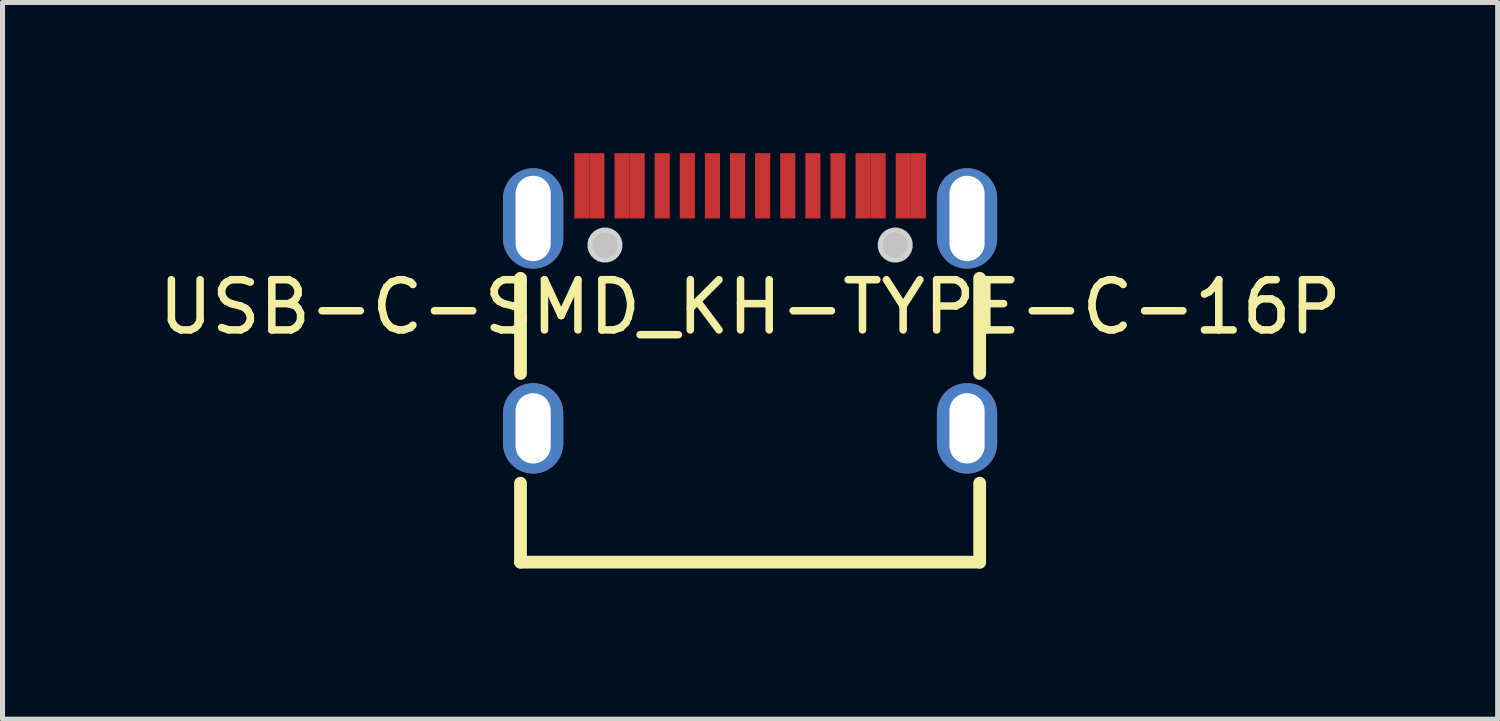
<source format=kicad_pcb>
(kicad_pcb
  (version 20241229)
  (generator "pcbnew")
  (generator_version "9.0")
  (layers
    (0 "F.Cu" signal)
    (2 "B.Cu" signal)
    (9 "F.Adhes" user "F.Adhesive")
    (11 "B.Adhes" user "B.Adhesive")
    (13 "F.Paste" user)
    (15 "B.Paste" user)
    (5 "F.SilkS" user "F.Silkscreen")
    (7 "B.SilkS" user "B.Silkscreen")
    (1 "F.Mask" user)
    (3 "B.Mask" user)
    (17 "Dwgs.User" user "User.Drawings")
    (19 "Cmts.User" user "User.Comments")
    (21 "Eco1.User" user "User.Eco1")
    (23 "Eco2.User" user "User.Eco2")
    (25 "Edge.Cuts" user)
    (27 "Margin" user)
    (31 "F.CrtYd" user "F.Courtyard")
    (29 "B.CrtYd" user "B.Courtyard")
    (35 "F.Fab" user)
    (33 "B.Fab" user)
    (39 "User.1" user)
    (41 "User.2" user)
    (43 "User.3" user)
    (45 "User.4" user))
  (footprint "USB-C-SMD_KH-TYPE-C-16P"
    (layer "F.Cu")
    (at 11.887 3.065)
    (property "Reference" "USB-C-SMD_KH-TYPE-C-16P" (at 0 0 0) (layer "F.SilkS") (effects (font (size 1 1) (thickness 0.15))))
    (fp_line (start -4.572 -0.573) (end -4.572 1.323) (stroke (width 0.254) (type default)) (layer "F.SilkS"))
    (fp_line (start -4.572 3.507) (end -4.572 5.08) (stroke (width 0.254) (type default)) (layer "F.SilkS"))
    (fp_line (start -4.572 5.08) (end 4.572 5.08) (stroke (width 0.254) (type default)) (layer "F.SilkS"))
    (fp_line (start 4.572 1.323) (end 4.572 -0.573) (stroke (width 0.254) (type default)) (layer "F.SilkS"))
    (fp_line (start 4.572 5.08) (end 4.572 3.507) (stroke (width 0.254) (type default)) (layer "F.SilkS"))
    (fp_poly (pts (xy -3.45 -3.01) (xy -2.95 -3.01) (xy -2.95 -1.82) (xy -3.45 -1.82)) (stroke (width 0) (type default)) (fill yes) (layer "F.Paste"))
    (fp_poly (pts (xy -2.65 -3.01) (xy -2.15 -3.01) (xy -2.15 -1.82) (xy -2.65 -1.82)) (stroke (width 0) (type default)) (fill yes) (layer "F.Paste"))
    (fp_poly (pts (xy -1.9 -3.06) (xy -1.6 -3.06) (xy -1.6 -1.77) (xy -1.9 -1.77)) (stroke (width 0) (type default)) (fill yes) (layer "F.Paste"))
    (fp_poly (pts (xy -1.4 -3.06) (xy -1.1 -3.06) (xy -1.1 -1.77) (xy -1.4 -1.77)) (stroke (width 0) (type default)) (fill yes) (layer "F.Paste"))
    (fp_poly (pts (xy -0.9 -3.06) (xy -0.6 -3.06) (xy -0.6 -1.77) (xy -0.9 -1.77)) (stroke (width 0) (type default)) (fill yes) (layer "F.Paste"))
    (fp_poly (pts (xy -0.4 -3.06) (xy -0.1 -3.06) (xy -0.1 -1.77) (xy -0.4 -1.77)) (stroke (width 0) (type default)) (fill yes) (layer "F.Paste"))
    (fp_poly (pts (xy 0.1 -3.06) (xy 0.4 -3.06) (xy 0.4 -1.77) (xy 0.1 -1.77)) (stroke (width 0) (type default)) (fill yes) (layer "F.Paste"))
    (fp_poly (pts (xy 0.6 -3.06) (xy 0.9 -3.06) (xy 0.9 -1.77) (xy 0.6 -1.77)) (stroke (width 0) (type default)) (fill yes) (layer "F.Paste"))
    (fp_poly (pts (xy 1.099 -3.06) (xy 1.399 -3.06) (xy 1.399 -1.77) (xy 1.099 -1.77)) (stroke (width 0) (type default)) (fill yes) (layer "F.Paste"))
    (fp_poly (pts (xy 1.6 -3.06) (xy 1.9 -3.06) (xy 1.9 -1.77) (xy 1.6 -1.77)) (stroke (width 0) (type default)) (fill yes) (layer "F.Paste"))
    (fp_poly (pts (xy 2.15 -3.01) (xy 2.65 -3.01) (xy 2.65 -1.819) (xy 2.15 -1.819)) (stroke (width 0) (type default)) (fill yes) (layer "F.Paste"))
    (fp_poly (pts (xy 2.95 -3.01) (xy 3.45 -3.01) (xy 3.45 -1.82) (xy 2.95 -1.82)) (stroke (width 0) (type default)) (fill yes) (layer "F.Paste"))
    (fp_poly (pts (arc (start -4.9195 -2.165) (mid -4.3195 -2.765) (end -3.7195 -2.165)) (arc (start -3.7195 -1.365) (mid -4.3195 -0.765) (end -4.9195 -1.365))) (stroke (width 0) (type default)) (fill yes) (layer "F.Paste"))
    (fp_poly (pts (arc (start -4.9195 2.1155) (mid -4.3195 1.5155) (end -3.7195 2.1155)) (arc (start -3.7195 2.7155) (mid -4.3195 3.3155) (end -4.9195 2.7155))) (stroke (width 0) (type default)) (fill yes) (layer "F.Paste"))
    (fp_poly (pts (arc (start 3.7205 -2.165) (mid 4.3205 -2.758041) (end 4.9205 -2.165)) (arc (start 4.9205 -1.365) (mid 4.3205 -0.771465) (end 3.7205 -1.365))) (stroke (width 0) (type default)) (fill yes) (layer "F.Paste"))
    (fp_poly (pts (arc (start 3.7205 2.1155) (mid 4.3205 1.521965) (end 4.9205 2.1155)) (arc (start 4.9205 2.7155) (mid 4.3205 3.308541) (end 3.7205 2.7155))) (stroke (width 0) (type default)) (fill yes) (layer "F.Paste"))
    (fp_circle (center -2.89 -1.235) (end -2.765 -1.235) (stroke (width 0.25) (type default)) (fill no) (layer "Dwgs.User"))
    (fp_circle (center 2.89 -1.235) (end 3.015 -1.235) (stroke (width 0.25) (type default)) (fill no) (layer "Dwgs.User"))
    (fp_poly (pts (xy -2.543 -1.281) (xy -2.567 -1.369) (xy -2.612 -1.448) (xy -2.677 -1.513) (xy -2.756 -1.558) (xy -2.844 -1.582) (xy -2.936 -1.582) (xy -3.024 -1.558) (xy -3.103 -1.513) (xy -3.168 -1.448) (xy -3.213 -1.369) (xy -3.237 -1.281) (xy -3.237 -1.189) (xy -3.213 -1.101) (xy -3.168 -1.022) (xy -3.103 -0.957) (xy -3.024 -0.912) (xy -2.936 -0.888) (xy -2.844 -0.888) (xy -2.756 -0.912) (xy -2.677 -0.957) (xy -2.612 -1.022) (xy -2.567 -1.101) (xy -2.543 -1.189)) (stroke (width 0) (type default)) (fill yes) (layer "Edge.Cuts"))
    (fp_poly (pts (xy 3.237 -1.281) (xy 3.213 -1.369) (xy 3.168 -1.448) (xy 3.103 -1.513) (xy 3.024 -1.558) (xy 2.936 -1.582) (xy 2.844 -1.582) (xy 2.756 -1.558) (xy 2.677 -1.513) (xy 2.612 -1.448) (xy 2.567 -1.369) (xy 2.543 -1.281) (xy 2.543 -1.189) (xy 2.567 -1.101) (xy 2.612 -1.022) (xy 2.677 -0.957) (xy 2.756 -0.912) (xy 2.844 -0.888) (xy 2.936 -0.888) (xy 3.024 -0.912) (xy 3.103 -0.957) (xy 3.168 -1.022) (xy 3.213 -1.101) (xy 3.237 -1.189)) (stroke (width 0) (type default)) (fill yes) (layer "Edge.Cuts"))
    (fp_poly (pts (xy -4.47 -2.315) (xy -4.17 -2.315) (xy -4.17 -1.215) (xy -4.47 -1.215)) (stroke (width 0.1) (type default)) (fill no) (layer "User.1"))
    (fp_poly (pts (xy -4.47 2.015) (xy -4.17 2.015) (xy -4.17 2.815) (xy -4.47 2.815)) (stroke (width 0.1) (type default)) (fill no) (layer "User.1"))
    (fp_poly (pts (xy -3.401 -2.77) (xy -3.201 -2.77) (xy -3.201 -1.77) (xy -3.401 -1.77)) (stroke (width 0.1) (type default)) (fill no) (layer "User.1"))
    (fp_poly (pts (xy -3.204 -2.77) (xy -3.003 -2.77) (xy -3.003 -1.77) (xy -3.204 -1.77)) (stroke (width 0.1) (type default)) (fill no) (layer "User.1"))
    (fp_poly (pts (xy -2.602 -2.77) (xy -2.401 -2.77) (xy -2.401 -1.77) (xy -2.602 -1.77)) (stroke (width 0.1) (type default)) (fill no) (layer "User.1"))
    (fp_poly (pts (xy -2.404 -2.77) (xy -2.204 -2.77) (xy -2.204 -1.77) (xy -2.404 -1.77)) (stroke (width 0.1) (type default)) (fill no) (layer "User.1"))
    (fp_poly (pts (xy -1.85 -2.77) (xy -1.65 -2.77) (xy -1.65 -1.77) (xy -1.85 -1.77)) (stroke (width 0.1) (type default)) (fill no) (layer "User.1"))
    (fp_poly (pts (xy -1.35 -2.77) (xy -1.15 -2.77) (xy -1.15 -1.77) (xy -1.35 -1.77)) (stroke (width 0.1) (type default)) (fill no) (layer "User.1"))
    (fp_poly (pts (xy -0.85 -2.77) (xy -0.65 -2.77) (xy -0.65 -1.77) (xy -0.85 -1.77)) (stroke (width 0.1) (type default)) (fill no) (layer "User.1"))
    (fp_poly (pts (xy -0.35 -2.77) (xy -0.15 -2.77) (xy -0.15 -1.77) (xy -0.35 -1.77)) (stroke (width 0.1) (type default)) (fill no) (layer "User.1"))
    (fp_poly (pts (xy 0.15 -2.77) (xy 0.35 -2.77) (xy 0.35 -1.77) (xy 0.15 -1.77)) (stroke (width 0.1) (type default)) (fill no) (layer "User.1"))
    (fp_poly (pts (xy 0.65 -2.77) (xy 0.85 -2.77) (xy 0.85 -1.77) (xy 0.65 -1.77)) (stroke (width 0.1) (type default)) (fill no) (layer "User.1"))
    (fp_poly (pts (xy 1.149 -2.77) (xy 1.349 -2.77) (xy 1.349 -1.77) (xy 1.149 -1.77)) (stroke (width 0.1) (type default)) (fill no) (layer "User.1"))
    (fp_poly (pts (xy 1.65 -2.77) (xy 1.85 -2.77) (xy 1.85 -1.77) (xy 1.65 -1.77)) (stroke (width 0.1) (type default)) (fill no) (layer "User.1"))
    (fp_poly (pts (xy 2.198 -2.77) (xy 2.398 -2.77) (xy 2.398 -1.77) (xy 2.198 -1.77)) (stroke (width 0.1) (type default)) (fill no) (layer "User.1"))
    (fp_poly (pts (xy 2.397 -2.77) (xy 2.597 -2.77) (xy 2.597 -1.77) (xy 2.397 -1.77)) (stroke (width 0.1) (type default)) (fill no) (layer "User.1"))
    (fp_poly (pts (xy 3.001 -2.77) (xy 3.201 -2.77) (xy 3.201 -1.77) (xy 3.001 -1.77)) (stroke (width 0.1) (type default)) (fill no) (layer "User.1"))
    (fp_poly (pts (xy 3.199 -2.77) (xy 3.399 -2.77) (xy 3.399 -1.77) (xy 3.199 -1.77)) (stroke (width 0.1) (type default)) (fill no) (layer "User.1"))
    (fp_poly (pts (xy 4.17 -2.315) (xy 4.47 -2.315) (xy 4.47 -1.215) (xy 4.17 -1.215)) (stroke (width 0.1) (type default)) (fill no) (layer "User.1"))
    (fp_poly (pts (xy 4.17 2.015) (xy 4.47 2.015) (xy 4.47 2.815) (xy 4.17 2.815)) (stroke (width 0.1) (type default)) (fill no) (layer "User.1"))
    (fp_line (start -4.47 -2.47) (end 4.47 -2.47) (stroke (width 0.051) (type default)) (layer "User.2"))
    (fp_line (start -4.47 5.08) (end -4.47 -2.47) (stroke (width 0.051) (type default)) (layer "User.2"))
    (fp_line (start 4.47 -2.47) (end 4.47 5.08) (stroke (width 0.051) (type default)) (layer "User.2"))
    (fp_line (start 4.47 5.08) (end -4.47 5.08) (stroke (width 0.051) (type default)) (layer "User.2"))
    (fp_poly (pts (xy -4.415 -2.793) (xy -4.447 -2.825) (xy -4.493 -2.825) (xy -4.525 -2.793) (xy -4.525 -2.747) (xy -4.493 -2.715) (xy -4.447 -2.715) (xy -4.415 -2.747)) (stroke (width 0.1) (type default)) (fill no) (layer "User.3"))
    (pad "1" thru_hole oval (at -4.32 -1.765) (size 1.2 2) (drill oval 0.7 1.7) (layers "*.Cu" "*.Mask"))
    (pad "2" thru_hole oval (at 4.32 -1.765) (size 1.2 2) (drill oval 0.7 1.7) (layers "*.Cu" "*.Mask"))
    (pad "3" thru_hole oval (at -4.32 2.415) (size 1.2 1.8) (drill oval 0.7 1.4) (layers "*.Cu" "*.Mask"))
    (pad "4" thru_hole oval (at 4.32 2.415) (size 1.2 1.8) (drill oval 0.7 1.4) (layers "*.Cu" "*.Mask"))
    (pad "A1" smd rect (at -3.35 -2.415) (size 0.3 1.3) (layers "F.Cu" "F.Mask" "F.Paste"))
    (pad "A4" smd rect (at -2.55 -2.415) (size 0.3 1.3) (layers "F.Cu" "F.Mask" "F.Paste"))
    (pad "A5" smd rect (at -1.25 -2.415) (size 0.3 1.3) (layers "F.Cu" "F.Mask" "F.Paste"))
    (pad "A6" smd rect (at -0.25 -2.415) (size 0.3 1.3) (layers "F.Cu" "F.Mask" "F.Paste"))
    (pad "A7" smd rect (at 0.25 -2.415) (size 0.3 1.3) (layers "F.Cu" "F.Mask" "F.Paste"))
    (pad "A8" smd rect (at 1.25 -2.415) (size 0.3 1.3) (layers "F.Cu" "F.Mask" "F.Paste"))
    (pad "A9" smd rect (at 2.55 -2.415) (size 0.3 1.3) (layers "F.Cu" "F.Mask" "F.Paste"))
    (pad "A12" smd rect (at 3.35 -2.415) (size 0.3 1.3) (layers "F.Cu" "F.Mask" "F.Paste"))
    (pad "B1" smd rect (at 3.05 -2.415) (size 0.3 1.3) (layers "F.Cu" "F.Mask" "F.Paste"))
    (pad "B4" smd rect (at 2.25 -2.415) (size 0.3 1.3) (layers "F.Cu" "F.Mask" "F.Paste"))
    (pad "B5" smd rect (at 1.75 -2.415) (size 0.3 1.3) (layers "F.Cu" "F.Mask" "F.Paste"))
    (pad "B6" smd rect (at 0.75 -2.415) (size 0.3 1.3) (layers "F.Cu" "F.Mask" "F.Paste"))
    (pad "B7" smd rect (at -0.75 -2.415) (size 0.3 1.3) (layers "F.Cu" "F.Mask" "F.Paste"))
    (pad "B8" smd rect (at -1.75 -2.415) (size 0.3 1.3) (layers "F.Cu" "F.Mask" "F.Paste"))
    (pad "B9" smd rect (at -2.25 -2.415) (size 0.3 1.3) (layers "F.Cu" "F.Mask" "F.Paste"))
    (pad "B12" smd rect (at -3.05 -2.415) (size 0.3 1.3) (layers "F.Cu" "F.Mask" "F.Paste")))
  (gr_rect
    (start -3 -3)
    (end 26.774 11.272)
    (stroke (width 0.1) (type default))
    (fill no)
    (layer "Edge.Cuts")))
</source>
